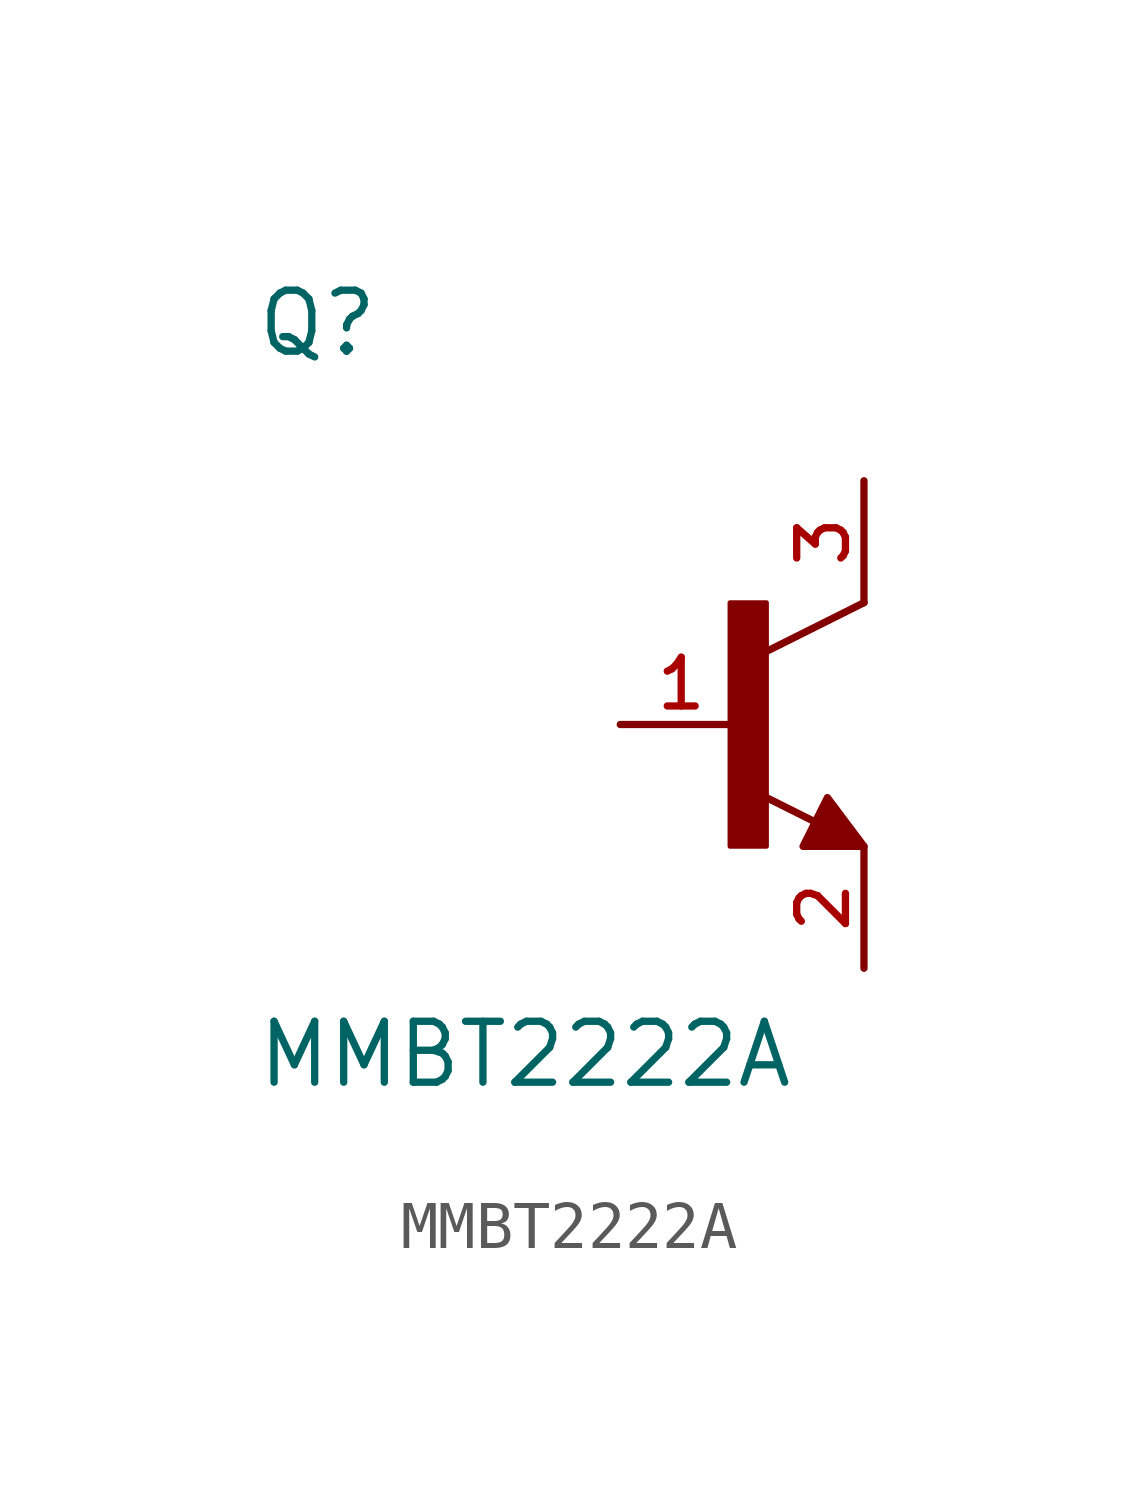
<source format=kicad_sym>
(kicad_symbol_lib
  (version 20231120)
  (generator "kicad_symbol_editor")
  (generator_version "8.0")
  (symbol "MMBT2222A"
    (pin_names
      (offset 1.016))
    (property "Reference" "Q"
      (at -10.16 7.62 0)
      (effects (font (size 1.27 1.27)) (justify left bottom)))
    (property "Value" "MMBT2222A"
      (at -10.16 -7.62 0)
      (effects (font (size 1.27 1.27)) (justify left bottom)))
    (symbol "MMBT2222A_0_0"
      (rectangle (start -0.254 -2.54) (end 0.508 2.54) (stroke (width 0.1) (type default)) (fill (type outline)))
      (polyline (pts (xy 1.54 -2.04) (xy 0.308 -1.424)) (stroke (width 0.152) (type default)) (fill (type none)))
      (polyline (pts (xy 2.54 2.54) (xy 0.508 1.524)) (stroke (width 0.152) (type default)) (fill (type none)))
      (polyline (pts (xy 1.27 -2.54) (xy 1.778 -1.524) (xy 2.54 -2.54) (xy 1.27 -2.54)) (stroke (width 0.152) (type default)) (fill (type outline)))
      (pin passive line (at -2.54 0 0) (length 2.54) (name "~" (effects (font (size 1.016 1.016)))) (number "1" (effects (font (size 1.016 1.016)))))
      (pin passive line (at 2.54 -5.08 90) (length 2.54) (name "~" (effects (font (size 1.016 1.016)))) (number "2" (effects (font (size 1.016 1.016)))))
      (pin passive line (at 2.54 5.08 270) (length 2.54) (name "~" (effects (font (size 1.016 1.016)))) (number "3" (effects (font (size 1.016 1.016))))))))
</source>
